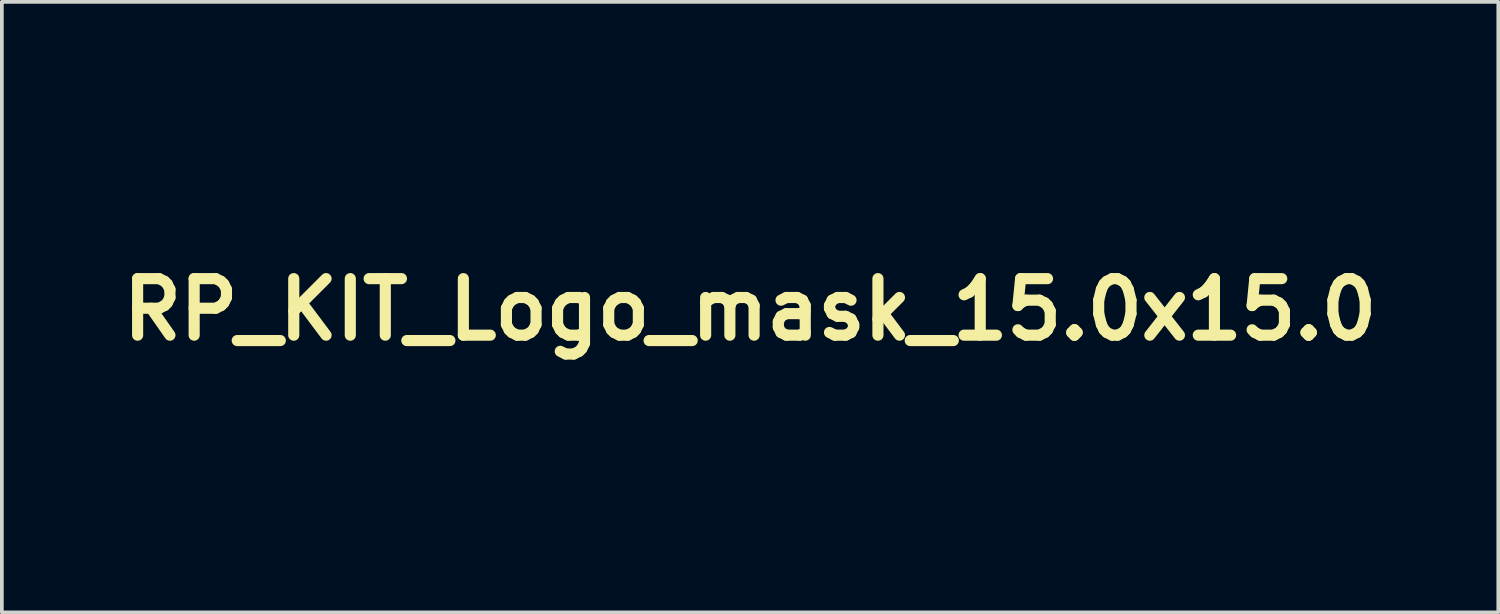
<source format=kicad_pcb>
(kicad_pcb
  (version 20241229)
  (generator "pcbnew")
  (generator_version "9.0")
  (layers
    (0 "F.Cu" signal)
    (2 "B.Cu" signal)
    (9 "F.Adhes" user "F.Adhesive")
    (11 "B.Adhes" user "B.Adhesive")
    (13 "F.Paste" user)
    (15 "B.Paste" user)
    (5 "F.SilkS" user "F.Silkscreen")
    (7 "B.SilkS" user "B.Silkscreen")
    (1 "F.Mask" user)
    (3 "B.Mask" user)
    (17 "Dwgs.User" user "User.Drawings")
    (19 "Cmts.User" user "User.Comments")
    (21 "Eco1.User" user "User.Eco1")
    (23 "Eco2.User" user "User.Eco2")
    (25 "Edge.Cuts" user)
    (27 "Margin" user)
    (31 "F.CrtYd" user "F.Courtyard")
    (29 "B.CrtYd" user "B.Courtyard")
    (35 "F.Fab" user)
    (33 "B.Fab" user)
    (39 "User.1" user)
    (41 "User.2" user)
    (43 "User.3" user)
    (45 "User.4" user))
  (footprint "RP_KIT_Logo_mask_15.0x15.0"
    (layer "F.Cu")
    (at 17.17 5.296)
    (property "Reference" "RP_KIT_Logo_mask_15.0x15.0" (at 0 0 0) (layer "F.SilkS") (effects (font (size 1.524 1.524) (thickness 0.3))))
    (attr through_hole)
    (fp_poly (pts (xy -2.009 5.149) (xy -2.676 5.149) (xy -2.676 4.414) (xy -2.009 4.414) (xy -2.009 5.149)) (stroke (width 0.01) (type solid)) (fill yes) (layer "F.Mask"))
    (fp_poly (pts (xy 1.499 5.149) (xy 0.817 5.149) (xy 0.817 4.422) (xy 1.499 4.422) (xy 1.499 5.149)) (stroke (width 0.01) (type solid)) (fill yes) (layer "F.Mask"))
    (fp_poly (pts (xy 4.979 4.69) (xy 4.978 4.757) (xy 4.977 4.824) (xy 4.976 4.888) (xy 4.975 4.947) (xy 4.974 4.998) (xy 4.973 5.038) (xy 4.972 5.057) (xy 4.968 5.156) (xy 4.325 5.156) (xy 4.325 4.422) (xy 4.981 4.422) (xy 4.979 4.69)) (stroke (width 0.01) (type solid)) (fill yes) (layer "F.Mask"))
    (fp_poly (pts (xy 4.654 2.128) (xy 3.955 2.13) (xy 3.257 2.132) (xy 3.253 3.62) (xy 3.252 3.798) (xy 3.252 3.961) (xy 3.251 4.11) (xy 3.251 4.246) (xy 3.251 4.37) (xy 3.25 4.482) (xy 3.25 4.582) (xy 3.249 4.671) (xy 3.249 4.751) (xy 3.248 4.82) (xy 3.247 4.881) (xy 3.247 4.933) (xy 3.246 4.978) (xy 3.245 5.015) (xy 3.245 5.045) (xy 3.244 5.07) (xy 3.243 5.089) (xy 3.242 5.104) (xy 3.241 5.114) (xy 3.239 5.121) (xy 3.238 5.124) (xy 3.238 5.125) (xy 3.227 5.141) (xy 2.604 5.141) (xy 2.593 5.125) (xy 2.592 5.121) (xy 2.591 5.115) (xy 2.589 5.105) (xy 2.588 5.091) (xy 2.587 5.072) (xy 2.587 5.048) (xy 2.586 5.018) (xy 2.585 4.982) (xy 2.584 4.938) (xy 2.584 4.887) (xy 2.583 4.827) (xy 2.582 4.758) (xy 2.582 4.68) (xy 2.581 4.592) (xy 2.581 4.493) (xy 2.58 4.383) (xy 2.58 4.26) (xy 2.58 4.125) (xy 2.579 3.977) (xy 2.579 3.816) (xy 2.578 3.64) (xy 2.578 3.62) (xy 2.574 2.132) (xy 1.886 2.13) (xy 1.765 2.13) (xy 1.654 2.129) (xy 1.555 2.129) (xy 1.466 2.128) (xy 1.39 2.127) (xy 1.325 2.126) (xy 1.274 2.125) (xy 1.236 2.124) (xy 1.212 2.123) (xy 1.203 2.122) (xy 1.203 2.121) (xy 1.2 2.113) (xy 1.188 2.101) (xy 1.184 2.098) (xy 1.162 2.081) (xy 1.162 1.432) (xy 4.654 1.432) (xy 4.654 2.128)) (stroke (width 0.01) (type solid)) (fill yes) (layer "F.Mask"))
    (fp_poly (pts (xy -1.587 -5.291) (xy -1.404 -5.291) (xy -1.229 -5.291) (xy -1.064 -5.291) (xy -0.908 -5.291) (xy -0.763 -5.29) (xy -0.628 -5.29) (xy -0.504 -5.29) (xy -0.392 -5.289) (xy -0.291 -5.289) (xy -0.203 -5.288) (xy -0.127 -5.288) (xy -0.065 -5.287) (xy -0.015 -5.286) (xy 0.02 -5.286) (xy 0.041 -5.285) (xy 0.047 -5.284) (xy 0.066 -5.281) (xy 0.096 -5.276) (xy 0.134 -5.271) (xy 0.175 -5.266) (xy 0.187 -5.265) (xy 0.253 -5.256) (xy 0.327 -5.243) (xy 0.403 -5.226) (xy 0.477 -5.208) (xy 0.543 -5.189) (xy 0.585 -5.175) (xy 0.605 -5.167) (xy 0.634 -5.155) (xy 0.667 -5.141) (xy 0.701 -5.126) (xy 0.732 -5.112) (xy 0.755 -5.101) (xy 0.764 -5.096) (xy 0.776 -5.09) (xy 0.796 -5.078) (xy 0.823 -5.063) (xy 0.838 -5.055) (xy 0.867 -5.038) (xy 0.892 -5.023) (xy 0.909 -5.012) (xy 0.913 -5.009) (xy 0.925 -4.999) (xy 0.945 -4.983) (xy 0.968 -4.965) (xy 0.971 -4.963) (xy 1.034 -4.909) (xy 1.092 -4.85) (xy 1.12 -4.815) (xy 1.137 -4.795) (xy 1.151 -4.778) (xy 1.158 -4.77) (xy 1.174 -4.75) (xy 1.195 -4.718) (xy 1.217 -4.678) (xy 1.241 -4.631) (xy 1.264 -4.582) (xy 1.285 -4.533) (xy 1.302 -4.486) (xy 1.307 -4.474) (xy 1.341 -4.357) (xy 1.363 -4.253) (xy 1.369 -4.216) (xy 0.739 -4.218) (xy 0.662 -4.218) (xy 0.572 -4.218) (xy 0.47 -4.218) (xy 0.356 -4.218) (xy 0.232 -4.218) (xy 0.099 -4.218) (xy -0.041 -4.218) (xy -0.187 -4.217) (xy -0.338 -4.217) (xy -0.493 -4.217) (xy -0.651 -4.216) (xy -0.81 -4.216) (xy -0.969 -4.215) (xy -1.126 -4.215) (xy -1.281 -4.214) (xy -1.289 -4.214) (xy -2.687 -4.208) (xy -2.704 -4.16) (xy -2.715 -4.128) (xy -2.726 -4.094) (xy -2.733 -4.073) (xy -2.74 -4.049) (xy -2.748 -4.028) (xy -2.751 -4.021) (xy -2.755 -4.01) (xy -2.763 -3.986) (xy -2.775 -3.953) (xy -2.788 -3.914) (xy -2.803 -3.869) (xy -2.806 -3.86) (xy -2.826 -3.802) (xy -2.848 -3.737) (xy -2.871 -3.67) (xy -2.892 -3.607) (xy -2.904 -3.571) (xy -2.921 -3.524) (xy -2.936 -3.478) (xy -2.95 -3.437) (xy -2.961 -3.403) (xy -2.969 -3.38) (xy -2.969 -3.38) (xy -2.978 -3.353) (xy -2.986 -3.33) (xy -2.991 -3.316) (xy -2.996 -3.303) (xy -3.004 -3.279) (xy -3.014 -3.249) (xy -3.02 -3.234) (xy -3.03 -3.202) (xy -3.04 -3.172) (xy -3.048 -3.15) (xy -3.05 -3.144) (xy -3.06 -3.116) (xy -3.073 -3.075) (xy -3.09 -3.025) (xy -3.11 -2.967) (xy -3.131 -2.903) (xy -3.154 -2.836) (xy -3.16 -2.818) (xy -3.175 -2.773) (xy -3.189 -2.732) (xy -3.2 -2.698) (xy -3.209 -2.672) (xy -3.215 -2.658) (xy -3.215 -2.657) (xy -3.222 -2.64) (xy -3.231 -2.614) (xy -3.242 -2.582) (xy -3.253 -2.548) (xy -3.263 -2.515) (xy -3.271 -2.487) (xy -3.276 -2.469) (xy -3.276 -2.466) (xy -3.279 -2.447) (xy 1.122 -2.445) (xy 1.418 -2.445) (xy 1.706 -2.445) (xy 1.986 -2.445) (xy 2.257 -2.445) (xy 2.52 -2.445) (xy 2.773 -2.445) (xy 3.018 -2.445) (xy 3.252 -2.445) (xy 3.477 -2.445) (xy 3.692 -2.445) (xy 3.896 -2.445) (xy 4.09 -2.445) (xy 4.272 -2.446) (xy 4.443 -2.446) (xy 4.603 -2.446) (xy 4.751 -2.446) (xy 4.887 -2.447) (xy 5.011 -2.447) (xy 5.122 -2.447) (xy 5.22 -2.448) (xy 5.305 -2.448) (xy 5.376 -2.448) (xy 5.434 -2.449) (xy 5.478 -2.449) (xy 5.507 -2.449) (xy 5.522 -2.45) (xy 5.524 -2.45) (xy 5.518 -2.46) (xy 5.5 -2.476) (xy 5.471 -2.499) (xy 5.458 -2.509) (xy 5.44 -2.523) (xy 5.428 -2.534) (xy 5.418 -2.543) (xy 5.398 -2.559) (xy 5.372 -2.58) (xy 5.34 -2.605) (xy 5.322 -2.62) (xy 5.289 -2.646) (xy 5.259 -2.67) (xy 5.236 -2.689) (xy 5.22 -2.702) (xy 5.216 -2.706) (xy 5.2 -2.719) (xy 5.185 -2.73) (xy 5.172 -2.741) (xy 5.15 -2.758) (xy 5.124 -2.778) (xy 5.111 -2.789) (xy 5.085 -2.81) (xy 5.061 -2.829) (xy 5.044 -2.843) (xy 5.038 -2.847) (xy 5.02 -2.861) (xy 5.003 -2.874) (xy 4.981 -2.892) (xy 4.958 -2.911) (xy 4.929 -2.933) (xy 4.897 -2.957) (xy 4.866 -2.981) (xy 4.831 -3.007) (xy 4.802 -3.03) (xy 4.776 -3.049) (xy 4.757 -3.065) (xy 4.739 -3.078) (xy 4.72 -3.093) (xy 4.697 -3.11) (xy 4.666 -3.134) (xy 4.654 -3.142) (xy 4.624 -3.165) (xy 4.596 -3.186) (xy 4.573 -3.204) (xy 4.561 -3.213) (xy 4.55 -3.222) (xy 4.54 -3.23) (xy 4.528 -3.238) (xy 4.512 -3.251) (xy 4.488 -3.268) (xy 4.463 -3.286) (xy 4.44 -3.304) (xy 4.42 -3.32) (xy 4.407 -3.33) (xy 4.407 -3.33) (xy 4.392 -3.342) (xy 4.375 -3.351) (xy 4.361 -3.359) (xy 4.354 -3.366) (xy 4.349 -3.373) (xy 4.334 -3.383) (xy 4.332 -3.384) (xy 4.311 -3.396) (xy 4.295 -3.409) (xy 4.28 -3.421) (xy 4.26 -3.436) (xy 4.254 -3.44) (xy 4.225 -3.46) (xy 4.197 -3.481) (xy 4.173 -3.498) (xy 4.16 -3.509) (xy 4.147 -3.52) (xy 4.128 -3.532) (xy 4.125 -3.534) (xy 4.108 -3.545) (xy 4.083 -3.562) (xy 4.053 -3.583) (xy 4.022 -3.605) (xy 3.995 -3.625) (xy 3.976 -3.639) (xy 3.962 -3.648) (xy 3.941 -3.663) (xy 3.915 -3.68) (xy 3.912 -3.682) (xy 3.889 -3.697) (xy 3.871 -3.711) (xy 3.862 -3.719) (xy 3.861 -3.719) (xy 3.853 -3.726) (xy 3.837 -3.737) (xy 3.831 -3.74) (xy 3.811 -3.752) (xy 3.784 -3.769) (xy 3.757 -3.787) (xy 3.755 -3.789) (xy 3.728 -3.807) (xy 3.703 -3.824) (xy 3.685 -3.837) (xy 3.684 -3.838) (xy 3.669 -3.847) (xy 3.645 -3.863) (xy 3.614 -3.883) (xy 3.581 -3.905) (xy 3.575 -3.909) (xy 3.542 -3.93) (xy 3.511 -3.95) (xy 3.487 -3.967) (xy 3.471 -3.978) (xy 3.47 -3.979) (xy 3.449 -3.992) (xy 3.426 -4.006) (xy 3.423 -4.007) (xy 3.405 -4.016) (xy 3.396 -4.024) (xy 3.395 -4.025) (xy 3.389 -4.031) (xy 3.373 -4.042) (xy 3.349 -4.056) (xy 3.339 -4.061) (xy 3.313 -4.076) (xy 3.293 -4.089) (xy 3.28 -4.098) (xy 3.279 -4.1) (xy 3.27 -4.107) (xy 3.252 -4.118) (xy 3.239 -4.125) (xy 3.214 -4.139) (xy 3.184 -4.157) (xy 3.155 -4.176) (xy 3.102 -4.21) (xy 3.044 -4.244) (xy 2.979 -4.28) (xy 2.956 -4.293) (xy 2.939 -4.304) (xy 2.932 -4.311) (xy 2.924 -4.317) (xy 2.906 -4.328) (xy 2.881 -4.341) (xy 2.868 -4.348) (xy 2.838 -4.364) (xy 2.81 -4.379) (xy 2.789 -4.392) (xy 2.784 -4.395) (xy 2.767 -4.406) (xy 2.738 -4.423) (xy 2.699 -4.445) (xy 2.65 -4.472) (xy 2.595 -4.502) (xy 2.534 -4.534) (xy 2.468 -4.568) (xy 2.4 -4.604) (xy 2.331 -4.639) (xy 2.263 -4.674) (xy 2.196 -4.708) (xy 2.133 -4.739) (xy 2.125 -4.743) (xy 2.081 -4.764) (xy 2.028 -4.788) (xy 1.969 -4.815) (xy 1.91 -4.841) (xy 1.853 -4.866) (xy 1.803 -4.888) (xy 1.773 -4.9) (xy 1.749 -4.91) (xy 1.717 -4.923) (xy 1.681 -4.938) (xy 1.664 -4.945) (xy 1.631 -4.958) (xy 1.6 -4.971) (xy 1.576 -4.98) (xy 1.566 -4.984) (xy 1.543 -4.992) (xy 1.515 -5.003) (xy 1.503 -5.008) (xy 1.457 -5.025) (xy 1.42 -5.039) (xy 1.387 -5.05) (xy 1.368 -5.057) (xy 1.31 -5.075) (xy 1.261 -5.091) (xy 1.222 -5.104) (xy 1.194 -5.113) (xy 1.18 -5.119) (xy 1.172 -5.122) (xy 1.158 -5.126) (xy 1.139 -5.132) (xy 1.11 -5.14) (xy 1.071 -5.151) (xy 1.034 -5.161) (xy 1.002 -5.17) (xy 0.969 -5.179) (xy 0.956 -5.183) (xy 0.902 -5.197) (xy 0.837 -5.212) (xy 0.765 -5.228) (xy 0.688 -5.243) (xy 0.611 -5.257) (xy 0.538 -5.27) (xy 0.471 -5.279) (xy 0.468 -5.28) (xy 0.463 -5.281) (xy 0.461 -5.282) (xy 0.464 -5.283) (xy 0.472 -5.283) (xy 0.486 -5.284) (xy 0.506 -5.285) (xy 0.532 -5.286) (xy 0.565 -5.286) (xy 0.606 -5.287) (xy 0.655 -5.287) (xy 0.712 -5.288) (xy 0.778 -5.288) (xy 0.853 -5.288) (xy 0.938 -5.289) (xy 1.034 -5.289) (xy 1.14 -5.289) (xy 1.257 -5.29) (xy 1.386 -5.29) (xy 1.527 -5.29) (xy 1.68 -5.29) (xy 1.846 -5.29) (xy 2.026 -5.29) (xy 2.22 -5.29) (xy 2.428 -5.291) (xy 2.488 -5.291) (xy 2.702 -5.291) (xy 2.902 -5.291) (xy 3.087 -5.291) (xy 3.26 -5.291) (xy 3.419 -5.291) (xy 3.567 -5.291) (xy 3.703 -5.29) (xy 3.828 -5.29) (xy 3.942 -5.29) (xy 4.047 -5.29) (xy 4.142 -5.289) (xy 4.228 -5.289) (xy 4.306 -5.288) (xy 4.377 -5.288) (xy 4.441 -5.287) (xy 4.498 -5.286) (xy 4.549 -5.285) (xy 4.595 -5.284) (xy 4.636 -5.283) (xy 4.673 -5.282) (xy 4.706 -5.28) (xy 4.736 -5.279) (xy 4.764 -5.277) (xy 4.79 -5.275) (xy 4.814 -5.273) (xy 4.838 -5.271) (xy 4.861 -5.269) (xy 4.885 -5.266) (xy 4.894 -5.265) (xy 5.025 -5.248) (xy 5.146 -5.228) (xy 5.262 -5.204) (xy 5.377 -5.174) (xy 5.496 -5.138) (xy 5.604 -5.1) (xy 5.629 -5.09) (xy 5.664 -5.074) (xy 5.705 -5.054) (xy 5.75 -5.032) (xy 5.796 -5.008) (xy 5.838 -4.986) (xy 5.875 -4.965) (xy 5.902 -4.949) (xy 5.908 -4.945) (xy 6.013 -4.868) (xy 6.106 -4.784) (xy 6.189 -4.691) (xy 6.248 -4.613) (xy 6.262 -4.59) (xy 6.279 -4.559) (xy 6.298 -4.523) (xy 6.314 -4.488) (xy 6.327 -4.458) (xy 6.329 -4.452) (xy 6.34 -4.425) (xy 6.351 -4.395) (xy 6.353 -4.39) (xy 6.368 -4.347) (xy 6.384 -4.293) (xy 6.394 -4.257) (xy 6.406 -4.2) (xy 6.417 -4.132) (xy 6.425 -4.055) (xy 6.431 -3.973) (xy 6.435 -3.89) (xy 6.436 -3.809) (xy 6.434 -3.733) (xy 6.431 -3.691) (xy 6.428 -3.65) (xy 6.424 -3.613) (xy 6.419 -3.577) (xy 6.414 -3.538) (xy 6.407 -3.493) (xy 6.398 -3.438) (xy 6.394 -3.416) (xy 6.385 -3.375) (xy 6.373 -3.323) (xy 6.357 -3.265) (xy 6.339 -3.203) (xy 6.32 -3.141) (xy 6.307 -3.099) (xy 6.289 -3.047) (xy 6.275 -3.007) (xy 6.264 -2.976) (xy 6.256 -2.954) (xy 6.249 -2.936) (xy 6.242 -2.922) (xy 6.236 -2.908) (xy 6.236 -2.908) (xy 6.226 -2.887) (xy 6.221 -2.872) (xy 6.221 -2.869) (xy 6.218 -2.859) (xy 6.209 -2.839) (xy 6.195 -2.809) (xy 6.179 -2.774) (xy 6.165 -2.747) (xy 6.147 -2.708) (xy 6.13 -2.673) (xy 6.116 -2.643) (xy 6.107 -2.623) (xy 6.105 -2.616) (xy 6.097 -2.597) (xy 6.084 -2.569) (xy 6.068 -2.536) (xy 6.05 -2.502) (xy 6.033 -2.471) (xy 6.019 -2.446) (xy 6.015 -2.441) (xy 5.999 -2.415) (xy 5.983 -2.387) (xy 5.98 -2.381) (xy 5.961 -2.348) (xy 5.935 -2.306) (xy 5.903 -2.259) (xy 5.897 -2.251) (xy 5.881 -2.228) (xy 5.864 -2.203) (xy 5.861 -2.2) (xy 5.824 -2.15) (xy 5.778 -2.094) (xy 5.727 -2.035) (xy 5.672 -1.977) (xy 5.618 -1.922) (xy 5.567 -1.873) (xy 5.524 -1.836) (xy 5.503 -1.818) (xy 5.483 -1.802) (xy 5.475 -1.795) (xy 5.459 -1.783) (xy 5.434 -1.763) (xy 5.399 -1.738) (xy 5.358 -1.708) (xy 5.314 -1.676) (xy 5.291 -1.661) (xy 5.264 -1.645) (xy 5.25 -1.637) (xy 5.226 -1.624) (xy 5.206 -1.61) (xy 5.198 -1.604) (xy 5.187 -1.598) (xy 5.165 -1.585) (xy 5.134 -1.568) (xy 5.095 -1.548) (xy 5.05 -1.525) (xy 5.002 -1.5) (xy 4.952 -1.475) (xy 4.903 -1.45) (xy 4.855 -1.427) (xy 4.812 -1.406) (xy 4.776 -1.388) (xy 4.747 -1.375) (xy 4.733 -1.369) (xy 4.7 -1.355) (xy 4.663 -1.341) (xy 4.643 -1.334) (xy 4.617 -1.324) (xy 4.595 -1.316) (xy 4.583 -1.311) (xy 4.54 -1.295) (xy 4.484 -1.277) (xy 4.419 -1.259) (xy 4.346 -1.239) (xy 4.269 -1.22) (xy 4.189 -1.202) (xy 4.11 -1.186) (xy 4.033 -1.172) (xy 4.018 -1.169) (xy 3.983 -1.163) (xy 3.953 -1.157) (xy 3.931 -1.153) (xy 3.921 -1.151) (xy 3.908 -1.149) (xy 3.885 -1.145) (xy 3.854 -1.142) (xy 3.834 -1.139) (xy 3.796 -1.135) (xy 3.749 -1.129) (xy 3.7 -1.124) (xy 3.657 -1.119) (xy 3.64 -1.117) (xy 3.62 -1.115) (xy 3.597 -1.114) (xy 3.571 -1.112) (xy 3.539 -1.111) (xy 3.501 -1.11) (xy 3.457 -1.109) (xy 3.406 -1.108) (xy 3.346 -1.107) (xy 3.276 -1.107) (xy 3.197 -1.106) (xy 3.107 -1.106) (xy 3.005 -1.105) (xy 2.89 -1.105) (xy 2.761 -1.104) (xy 2.674 -1.104) (xy 2.541 -1.103) (xy 2.421 -1.103) (xy 2.315 -1.103) (xy 2.221 -1.102) (xy 2.139 -1.102) (xy 2.068 -1.101) (xy 2.008 -1.101) (xy 1.957 -1.1) (xy 1.914 -1.099) (xy 1.879 -1.099) (xy 1.851 -1.098) (xy 1.83 -1.097) (xy 1.814 -1.096) (xy 1.802 -1.094) (xy 1.795 -1.093) (xy 1.79 -1.091) (xy 1.788 -1.089) (xy 1.787 -1.088) (xy 1.783 -1.076) (xy 1.777 -1.052) (xy 1.769 -1.023) (xy 1.765 -1.008) (xy 1.753 -0.958) (xy 1.737 -0.897) (xy 1.719 -0.828) (xy 1.699 -0.752) (xy 1.678 -0.675) (xy 1.658 -0.598) (xy 1.641 -0.536) (xy 1.628 -0.486) (xy 1.615 -0.436) (xy 1.602 -0.39) (xy 1.592 -0.351) (xy 1.586 -0.326) (xy 1.578 -0.297) (xy 1.568 -0.257) (xy 1.555 -0.21) (xy 1.542 -0.16) (xy 1.53 -0.112) (xy 1.515 -0.054) (xy 1.497 0.012) (xy 1.48 0.079) (xy 1.463 0.142) (xy 1.454 0.176) (xy 1.441 0.225) (xy 1.429 0.272) (xy 1.417 0.316) (xy 1.408 0.352) (xy 1.402 0.375) (xy 1.395 0.398) (xy 1.388 0.427) (xy 1.379 0.461) (xy 1.368 0.502) (xy 1.354 0.553) (xy 1.338 0.614) (xy 1.319 0.686) (xy 1.3 0.761) (xy 1.282 0.828) (xy 1.266 0.891) (xy 1.25 0.954) (xy 1.233 1.02) (xy 1.214 1.094) (xy 1.195 1.169) (xy 1.185 1.212) (xy 1.174 1.256) (xy 1.163 1.295) (xy 1.156 1.325) (xy 1.155 1.327) (xy 1.148 1.357) (xy 1.141 1.384) (xy 1.136 1.402) (xy 1.136 1.404) (xy 1.131 1.424) (xy 0.489 1.424) (xy 0.362 1.424) (xy 0.249 1.424) (xy 0.151 1.424) (xy 0.067 1.425) (xy -0.004 1.426) (xy -0.061 1.426) (xy -0.105 1.427) (xy -0.136 1.429) (xy -0.154 1.43) (xy -0.16 1.432) (xy -0.162 1.439) (xy -0.152 1.444) (xy -0.135 1.448) (xy -0.135 5.141) (xy -0.802 5.141) (xy -0.802 5.102) (xy -0.802 5.091) (xy -0.802 5.066) (xy -0.802 5.027) (xy -0.802 4.975) (xy -0.802 4.911) (xy -0.803 4.835) (xy -0.803 4.748) (xy -0.803 4.65) (xy -0.803 4.544) (xy -0.803 4.428) (xy -0.803 4.304) (xy -0.803 4.172) (xy -0.803 4.033) (xy -0.803 3.888) (xy -0.803 3.737) (xy -0.803 3.582) (xy -0.803 3.422) (xy -0.803 3.273) (xy -0.803 3.078) (xy -0.803 2.898) (xy -0.803 2.732) (xy -0.803 2.579) (xy -0.803 2.439) (xy -0.803 2.311) (xy -0.803 2.194) (xy -0.803 2.089) (xy -0.802 1.994) (xy -0.802 1.91) (xy -0.802 1.835) (xy -0.801 1.769) (xy -0.801 1.711) (xy -0.801 1.661) (xy -0.8 1.618) (xy -0.799 1.582) (xy -0.799 1.552) (xy -0.798 1.528) (xy -0.797 1.509) (xy -0.796 1.494) (xy -0.795 1.484) (xy -0.794 1.477) (xy -0.793 1.472) (xy -0.792 1.47) (xy -0.783 1.454) (xy -0.782 1.443) (xy -0.783 1.439) (xy -0.786 1.436) (xy -0.792 1.434) (xy -0.801 1.432) (xy -0.817 1.43) (xy -0.84 1.429) (xy -0.87 1.428) (xy -0.911 1.427) (xy -0.963 1.427) (xy -1.027 1.426) (xy -1.096 1.426) (xy -1.407 1.424) (xy -1.412 1.216) (xy -1.413 1.177) (xy -1.414 1.125) (xy -1.415 1.061) (xy -1.416 0.986) (xy -1.418 0.902) (xy -1.419 0.811) (xy -1.421 0.713) (xy -1.423 0.611) (xy -1.424 0.506) (xy -1.426 0.399) (xy -1.428 0.3) (xy -1.429 0.196) (xy -1.431 0.096) (xy -1.433 -0.001) (xy -1.434 -0.092) (xy -1.436 -0.176) (xy -1.437 -0.253) (xy -1.438 -0.321) (xy -1.44 -0.378) (xy -1.441 -0.425) (xy -1.441 -0.459) (xy -1.442 -0.479) (xy -1.442 -0.481) (xy -1.454 -0.595) (xy -1.478 -0.701) (xy -1.515 -0.803) (xy -1.541 -0.858) (xy -1.568 -0.907) (xy -1.592 -0.947) (xy -1.617 -0.982) (xy -1.646 -1.016) (xy -1.683 -1.053) (xy -1.696 -1.065) (xy -1.727 -1.094) (xy -1.758 -1.118) (xy -1.793 -1.14) (xy -1.836 -1.165) (xy -1.846 -1.17) (xy -1.902 -1.198) (xy -1.951 -1.22) (xy -1.997 -1.238) (xy -2.046 -1.252) (xy -2.101 -1.265) (xy -2.127 -1.27) (xy -2.22 -1.289) (xy -2.949 -1.289) (xy -3.075 -1.289) (xy -3.187 -1.289) (xy -3.285 -1.289) (xy -3.37 -1.288) (xy -3.443 -1.288) (xy -3.505 -1.288) (xy -3.557 -1.287) (xy -3.598 -1.286) (xy -3.631 -1.285) (xy -3.655 -1.284) (xy -3.672 -1.283) (xy -3.681 -1.281) (xy -3.685 -1.28) (xy -3.691 -1.268) (xy -3.699 -1.246) (xy -3.71 -1.218) (xy -3.72 -1.189) (xy -3.729 -1.162) (xy -3.732 -1.15) (xy -3.739 -1.131) (xy -3.748 -1.104) (xy -3.755 -1.087) (xy -3.765 -1.06) (xy -3.774 -1.035) (xy -3.777 -1.023) (xy -3.784 -1.002) (xy -3.792 -0.976) (xy -3.796 -0.967) (xy -3.805 -0.941) (xy -3.813 -0.917) (xy -3.815 -0.911) (xy -3.82 -0.895) (xy -3.829 -0.869) (xy -3.84 -0.836) (xy -3.853 -0.799) (xy -3.856 -0.791) (xy -3.87 -0.75) (xy -3.884 -0.71) (xy -3.896 -0.676) (xy -3.904 -0.65) (xy -3.905 -0.648) (xy -3.914 -0.621) (xy -3.926 -0.586) (xy -3.939 -0.548) (xy -3.946 -0.528) (xy -3.962 -0.485) (xy -3.973 -0.452) (xy -3.982 -0.428) (xy -3.988 -0.409) (xy -3.993 -0.394) (xy -3.995 -0.386) (xy -4.001 -0.366) (xy -4.01 -0.34) (xy -4.017 -0.322) (xy -4.027 -0.295) (xy -4.036 -0.27) (xy -4.04 -0.259) (xy -4.045 -0.243) (xy -4.053 -0.217) (xy -4.065 -0.184) (xy -4.078 -0.147) (xy -4.081 -0.139) (xy -4.095 -0.098) (xy -4.109 -0.058) (xy -4.121 -0.023) (xy -4.129 0.002) (xy -4.13 0.004) (xy -4.139 0.031) (xy -4.151 0.066) (xy -4.164 0.104) (xy -4.171 0.124) (xy -4.184 0.16) (xy -4.196 0.195) (xy -4.206 0.224) (xy -4.209 0.236) (xy -4.216 0.257) (xy -4.223 0.276) (xy -4.23 0.299) (xy -4.241 0.328) (xy -4.252 0.356) (xy -4.262 0.385) (xy -4.274 0.421) (xy -4.286 0.457) (xy -4.297 0.488) (xy -4.302 0.506) (xy -4.306 0.519) (xy -4.314 0.543) (xy -4.326 0.578) (xy -4.341 0.622) (xy -4.358 0.671) (xy -4.376 0.725) (xy -4.381 0.738) (xy -4.4 0.794) (xy -4.418 0.847) (xy -4.434 0.896) (xy -4.448 0.937) (xy -4.459 0.97) (xy -4.466 0.991) (xy -4.467 0.993) (xy -4.477 1.024) (xy -4.488 1.055) (xy -4.494 1.072) (xy -4.503 1.098) (xy -4.51 1.122) (xy -4.512 1.128) (xy -4.518 1.147) (xy -4.527 1.174) (xy -4.534 1.195) (xy -4.547 1.233) (xy -4.556 1.259) (xy -4.563 1.279) (xy -4.568 1.295) (xy -4.573 1.312) (xy -4.577 1.323) (xy -4.587 1.352) (xy -4.597 1.383) (xy -4.601 1.392) (xy -4.613 1.424) (xy -4.903 1.424) (xy -4.988 1.424) (xy -5.058 1.425) (xy -5.114 1.426) (xy -5.155 1.427) (xy -5.183 1.429) (xy -5.196 1.431) (xy -5.198 1.432) (xy -5.197 1.443) (xy -5.191 1.453) (xy -5.189 1.456) (xy -5.187 1.462) (xy -5.186 1.471) (xy -5.184 1.484) (xy -5.183 1.502) (xy -5.182 1.525) (xy -5.181 1.556) (xy -5.181 1.594) (xy -5.18 1.64) (xy -5.18 1.695) (xy -5.18 1.76) (xy -5.179 1.837) (xy -5.179 1.925) (xy -5.179 2.025) (xy -5.179 2.139) (xy -5.179 2.247) (xy -5.179 2.388) (xy -5.179 2.514) (xy -5.178 2.625) (xy -5.178 2.723) (xy -5.177 2.806) (xy -5.177 2.876) (xy -5.176 2.932) (xy -5.175 2.975) (xy -5.174 3.005) (xy -5.172 3.023) (xy -5.171 3.028) (xy -5.168 3.027) (xy -5.164 3.025) (xy -5.158 3.02) (xy -5.149 3.012) (xy -5.135 2.998) (xy -5.116 2.98) (xy -5.091 2.954) (xy -5.059 2.921) (xy -5.019 2.879) (xy -4.969 2.828) (xy -4.958 2.816) (xy -4.919 2.775) (xy -4.881 2.736) (xy -4.844 2.698) (xy -4.807 2.659) (xy -4.769 2.62) (xy -4.729 2.578) (xy -4.686 2.534) (xy -4.64 2.486) (xy -4.588 2.434) (xy -4.532 2.375) (xy -4.469 2.311) (xy -4.399 2.239) (xy -4.32 2.159) (xy -4.233 2.07) (xy -4.16 1.994) (xy -4.074 1.907) (xy -3.999 1.83) (xy -3.933 1.762) (xy -3.875 1.703) (xy -3.825 1.652) (xy -3.783 1.609) (xy -3.748 1.574) (xy -3.718 1.544) (xy -3.695 1.521) (xy -3.676 1.502) (xy -3.661 1.489) (xy -3.651 1.479) (xy -3.643 1.473) (xy -3.637 1.469) (xy -3.634 1.468) (xy -3.632 1.468) (xy -3.63 1.469) (xy -3.629 1.47) (xy -3.621 1.473) (xy -3.609 1.466) (xy -3.599 1.455) (xy -3.577 1.432) (xy -3.157 1.432) (xy -3.067 1.432) (xy -2.991 1.432) (xy -2.927 1.432) (xy -2.875 1.432) (xy -2.833 1.433) (xy -2.801 1.433) (xy -2.776 1.434) (xy -2.759 1.435) (xy -2.747 1.437) (xy -2.739 1.439) (xy -2.735 1.441) (xy -2.733 1.444) (xy -2.732 1.446) (xy -2.733 1.454) (xy -2.739 1.465) (xy -2.753 1.482) (xy -2.775 1.506) (xy -2.807 1.537) (xy -2.823 1.553) (xy -2.895 1.623) (xy -2.974 1.701) (xy -3.062 1.786) (xy -3.157 1.88) (xy -3.261 1.983) (xy -3.373 2.094) (xy -3.495 2.214) (xy -3.626 2.343) (xy -3.766 2.482) (xy -3.916 2.631) (xy -4.076 2.789) (xy -4.244 2.956) (xy -4.27 2.983) (xy -4.287 3.002) (xy -4.295 3.014) (xy -4.296 3.022) (xy -4.294 3.024) (xy -4.282 3.031) (xy -4.275 3.03) (xy -4.264 3.034) (xy -4.251 3.05) (xy -4.249 3.053) (xy -4.238 3.07) (xy -4.229 3.08) (xy -4.227 3.08) (xy -4.22 3.087) (xy -4.216 3.096) (xy -4.207 3.112) (xy -4.195 3.129) (xy -4.179 3.148) (xy -4.162 3.17) (xy -4.161 3.172) (xy -4.133 3.211) (xy -4.105 3.25) (xy -4.079 3.285) (xy -4.057 3.315) (xy -4.04 3.338) (xy -4.03 3.35) (xy -4.029 3.351) (xy -4.017 3.368) (xy -4.009 3.381) (xy -3.997 3.4) (xy -3.988 3.411) (xy -3.976 3.426) (xy -3.961 3.445) (xy -3.957 3.451) (xy -3.943 3.472) (xy -3.923 3.498) (xy -3.909 3.519) (xy -3.89 3.545) (xy -3.871 3.57) (xy -3.86 3.586) (xy -3.845 3.608) (xy -3.831 3.626) (xy -3.828 3.63) (xy -3.816 3.645) (xy -3.802 3.664) (xy -3.783 3.69) (xy -3.758 3.723) (xy -3.726 3.766) (xy -3.71 3.789) (xy -3.685 3.822) (xy -3.662 3.854) (xy -3.643 3.88) (xy -3.63 3.898) (xy -3.628 3.901) (xy -3.61 3.925) (xy -3.593 3.949) (xy -3.591 3.951) (xy -3.581 3.966) (xy -3.563 3.99) (xy -3.541 4.02) (xy -3.516 4.054) (xy -3.508 4.066) (xy -3.483 4.1) (xy -3.459 4.132) (xy -3.44 4.158) (xy -3.427 4.177) (xy -3.424 4.181) (xy -3.409 4.201) (xy -3.396 4.218) (xy -3.394 4.22) (xy -3.381 4.237) (xy -3.369 4.257) (xy -3.359 4.272) (xy -3.351 4.279) (xy -3.351 4.28) (xy -3.343 4.286) (xy -3.339 4.295) (xy -3.33 4.311) (xy -3.318 4.329) (xy -3.305 4.344) (xy -3.287 4.367) (xy -3.271 4.389) (xy -3.253 4.415) (xy -3.234 4.44) (xy -3.223 4.456) (xy -3.205 4.48) (xy -3.188 4.505) (xy -3.185 4.508) (xy -3.171 4.529) (xy -3.152 4.555) (xy -3.137 4.576) (xy -3.118 4.602) (xy -3.099 4.628) (xy -3.088 4.644) (xy -3.073 4.664) (xy -3.059 4.681) (xy -3.057 4.684) (xy -3.043 4.702) (xy -3.035 4.716) (xy -3.024 4.734) (xy -3.016 4.744) (xy -3.005 4.757) (xy -2.989 4.778) (xy -2.969 4.805) (xy -2.948 4.834) (xy -2.928 4.861) (xy -2.923 4.868) (xy -2.908 4.889) (xy -2.894 4.908) (xy -2.891 4.911) (xy -2.882 4.924) (xy -2.866 4.946) (xy -2.846 4.973) (xy -2.826 4.999) (xy -2.804 5.029) (xy -2.784 5.057) (xy -2.767 5.079) (xy -2.758 5.091) (xy -2.747 5.112) (xy -2.747 5.126) (xy -2.748 5.13) (xy -2.751 5.133) (xy -2.756 5.135) (xy -2.765 5.137) (xy -2.779 5.138) (xy -2.799 5.139) (xy -2.826 5.14) (xy -2.862 5.141) (xy -2.908 5.141) (xy -2.964 5.141) (xy -3.033 5.141) (xy -3.116 5.141) (xy -3.139 5.141) (xy -3.225 5.141) (xy -3.297 5.141) (xy -3.357 5.141) (xy -3.406 5.141) (xy -3.444 5.14) (xy -3.474 5.14) (xy -3.496 5.138) (xy -3.512 5.137) (xy -3.522 5.135) (xy -3.529 5.133) (xy -3.533 5.13) (xy -3.535 5.127) (xy -3.536 5.127) (xy -3.547 5.117) (xy -3.555 5.116) (xy -3.566 5.113) (xy -3.579 5.098) (xy -3.581 5.095) (xy -3.597 5.072) (xy -3.614 5.047) (xy -3.616 5.044) (xy -3.633 5.02) (xy -3.649 4.997) (xy -3.651 4.993) (xy -3.662 4.978) (xy -3.671 4.969) (xy -3.673 4.969) (xy -3.68 4.963) (xy -3.684 4.954) (xy -3.692 4.937) (xy -3.705 4.92) (xy -3.72 4.902) (xy -3.737 4.88) (xy -3.74 4.875) (xy -3.757 4.851) (xy -3.775 4.826) (xy -3.777 4.823) (xy -3.791 4.804) (xy -3.81 4.778) (xy -3.829 4.751) (xy -3.83 4.751) (xy -3.863 4.704) (xy -3.892 4.665) (xy -3.914 4.635) (xy -3.929 4.615) (xy -3.931 4.613) (xy -3.944 4.595) (xy -3.956 4.578) (xy -3.966 4.564) (xy -3.982 4.541) (xy -4.002 4.513) (xy -4.013 4.497) (xy -4.042 4.458) (xy -4.063 4.429) (xy -4.078 4.408) (xy -4.089 4.392) (xy -4.098 4.379) (xy -4.106 4.368) (xy -4.108 4.364) (xy -4.12 4.348) (xy -4.129 4.34) (xy -4.13 4.34) (xy -4.137 4.333) (xy -4.141 4.324) (xy -4.149 4.308) (xy -4.162 4.291) (xy -4.177 4.272) (xy -4.194 4.25) (xy -4.197 4.245) (xy -4.213 4.223) (xy -4.229 4.202) (xy -4.232 4.198) (xy -4.243 4.183) (xy -4.26 4.159) (xy -4.279 4.132) (xy -4.282 4.128) (xy -4.299 4.103) (xy -4.313 4.082) (xy -4.323 4.069) (xy -4.324 4.068) (xy -4.351 4.034) (xy -4.378 3.998) (xy -4.402 3.963) (xy -4.419 3.938) (xy -4.433 3.917) (xy -4.443 3.905) (xy -4.444 3.903) (xy -4.455 3.889) (xy -4.474 3.864) (xy -4.498 3.832) (xy -4.516 3.806) (xy -4.533 3.783) (xy -4.554 3.754) (xy -4.574 3.728) (xy -4.592 3.703) (xy -4.607 3.68) (xy -4.617 3.665) (xy -4.617 3.664) (xy -4.628 3.646) (xy -4.637 3.635) (xy -4.647 3.623) (xy -4.662 3.604) (xy -4.677 3.583) (xy -4.694 3.559) (xy -4.708 3.54) (xy -4.717 3.529) (xy -4.729 3.513) (xy -4.74 3.494) (xy -4.745 3.483) (xy -4.75 3.474) (xy -4.756 3.469) (xy -4.764 3.469) (xy -4.774 3.473) (xy -4.789 3.482) (xy -4.809 3.499) (xy -4.835 3.522) (xy -4.869 3.554) (xy -4.911 3.594) (xy -4.958 3.638) (xy -4.996 3.674) (xy -5.035 3.712) (xy -5.074 3.749) (xy -5.107 3.781) (xy -5.121 3.794) (xy -5.186 3.858) (xy -5.186 5.134) (xy -5.507 5.135) (xy -5.575 5.135) (xy -5.639 5.135) (xy -5.697 5.135) (xy -5.747 5.136) (xy -5.788 5.136) (xy -5.819 5.137) (xy -5.836 5.137) (xy -5.84 5.138) (xy -5.842 5.137) (xy -5.843 5.136) (xy -5.844 5.132) (xy -5.845 5.126) (xy -5.846 5.117) (xy -5.847 5.105) (xy -5.848 5.088) (xy -5.849 5.067) (xy -5.85 5.04) (xy -5.85 5.008) (xy -5.851 4.969) (xy -5.851 4.924) (xy -5.852 4.871) (xy -5.852 4.81) (xy -5.852 4.741) (xy -5.853 4.662) (xy -5.853 4.574) (xy -5.853 4.476) (xy -5.853 4.367) (xy -5.853 4.248) (xy -5.853 4.116) (xy -5.853 3.972) (xy -5.853 3.815) (xy -5.853 3.645) (xy -5.853 3.46) (xy -5.853 3.284) (xy -5.853 3.086) (xy -5.853 2.902) (xy -5.853 2.732) (xy -5.853 2.576) (xy -5.853 2.432) (xy -5.853 2.3) (xy -5.853 2.18) (xy -5.853 2.072) (xy -5.852 1.974) (xy -5.852 1.886) (xy -5.852 1.807) (xy -5.851 1.737) (xy -5.851 1.676) (xy -5.851 1.622) (xy -5.85 1.576) (xy -5.849 1.537) (xy -5.849 1.503) (xy -5.848 1.476) (xy -5.847 1.453) (xy -5.846 1.435) (xy -5.845 1.421) (xy -5.844 1.41) (xy -5.843 1.402) (xy -5.842 1.396) (xy -5.841 1.394) (xy -5.831 1.364) (xy -5.821 1.333) (xy -5.82 1.327) (xy -5.811 1.298) (xy -5.797 1.256) (xy -5.778 1.2) (xy -5.755 1.135) (xy -5.749 1.118) (xy -5.741 1.091) (xy -5.731 1.06) (xy -5.729 1.053) (xy -5.719 1.023) (xy -5.711 0.997) (xy -5.704 0.979) (xy -5.703 0.976) (xy -5.7 0.966) (xy -5.692 0.943) (xy -5.68 0.908) (xy -5.665 0.864) (xy -5.647 0.812) (xy -5.627 0.752) (xy -5.605 0.688) (xy -5.584 0.624) (xy -5.561 0.555) (xy -5.539 0.489) (xy -5.518 0.429) (xy -5.5 0.374) (xy -5.484 0.328) (xy -5.472 0.292) (xy -5.463 0.267) (xy -5.459 0.255) (xy -5.45 0.229) (xy -5.443 0.205) (xy -5.441 0.199) (xy -5.434 0.177) (xy -5.425 0.151) (xy -5.422 0.142) (xy -5.413 0.117) (xy -5.405 0.093) (xy -5.403 0.086) (xy -5.397 0.065) (xy -5.388 0.039) (xy -5.385 0.03) (xy -5.375 0.004) (xy -5.368 -0.02) (xy -5.366 -0.026) (xy -5.36 -0.046) (xy -5.352 -0.072) (xy -5.344 -0.094) (xy -5.339 -0.108) (xy -5.335 -0.121) (xy -5.33 -0.133) (xy -5.326 -0.148) (xy -5.32 -0.165) (xy -5.312 -0.188) (xy -5.302 -0.217) (xy -5.289 -0.255) (xy -5.273 -0.304) (xy -5.252 -0.364) (xy -5.249 -0.375) (xy -5.231 -0.428) (xy -5.213 -0.479) (xy -5.198 -0.526) (xy -5.185 -0.565) (xy -5.175 -0.595) (xy -5.17 -0.611) (xy -5.16 -0.64) (xy -5.151 -0.667) (xy -5.145 -0.682) (xy -5.137 -0.704) (xy -5.127 -0.733) (xy -5.121 -0.753) (xy -5.112 -0.78) (xy -5.099 -0.817) (xy -5.085 -0.86) (xy -5.069 -0.906) (xy -5.054 -0.952) (xy -5.039 -0.994) (xy -5.027 -1.029) (xy -5.018 -1.054) (xy -5.017 -1.057) (xy -5.008 -1.083) (xy -5 -1.107) (xy -4.999 -1.113) (xy -4.993 -1.129) (xy -4.985 -1.156) (xy -4.973 -1.188) (xy -4.965 -1.21) (xy -4.952 -1.248) (xy -4.939 -1.285) (xy -4.928 -1.317) (xy -4.924 -1.33) (xy -4.914 -1.361) (xy -4.903 -1.393) (xy -4.897 -1.409) (xy -4.888 -1.435) (xy -4.88 -1.459) (xy -4.879 -1.465) (xy -4.874 -1.481) (xy -4.865 -1.507) (xy -4.854 -1.54) (xy -4.841 -1.577) (xy -4.838 -1.585) (xy -4.831 -1.606) (xy -0.457 -1.606) (xy -0.453 -1.598) (xy -0.442 -1.584) (xy -0.437 -1.577) (xy -0.377 -1.5) (xy -0.325 -1.422) (xy -0.28 -1.342) (xy -0.24 -1.254) (xy -0.203 -1.156) (xy -0.19 -1.119) (xy -0.177 -1.078) (xy -0.166 -1.037) (xy -0.156 -1.001) (xy -0.15 -0.975) (xy -0.15 -0.973) (xy -0.143 -0.932) (xy -0.137 -0.896) (xy -0.132 -0.863) (xy -0.127 -0.833) (xy -0.124 -0.803) (xy -0.121 -0.772) (xy -0.118 -0.738) (xy -0.116 -0.701) (xy -0.115 -0.658) (xy -0.113 -0.609) (xy -0.112 -0.551) (xy -0.111 -0.483) (xy -0.11 -0.404) (xy -0.109 -0.312) (xy -0.109 -0.262) (xy -0.108 -0.165) (xy -0.107 -0.057) (xy -0.106 0.061) (xy -0.105 0.185) (xy -0.105 0.312) (xy -0.105 0.438) (xy -0.104 0.562) (xy -0.104 0.679) (xy -0.105 0.787) (xy -0.105 0.789) (xy -0.105 0.879) (xy -0.105 0.965) (xy -0.105 1.046) (xy -0.104 1.12) (xy -0.104 1.186) (xy -0.104 1.243) (xy -0.103 1.29) (xy -0.102 1.325) (xy -0.102 1.348) (xy -0.101 1.357) (xy -0.101 1.357) (xy -0.097 1.362) (xy -0.092 1.36) (xy -0.088 1.349) (xy -0.081 1.328) (xy -0.073 1.295) (xy -0.07 1.284) (xy -0.059 1.241) (xy -0.047 1.193) (xy -0.036 1.149) (xy -0.033 1.139) (xy -0.022 1.097) (xy -0.01 1.049) (xy 0.002 1.005) (xy 0.004 0.997) (xy 0.014 0.957) (xy 0.025 0.916) (xy 0.034 0.879) (xy 0.037 0.869) (xy 0.043 0.845) (xy 0.052 0.81) (xy 0.064 0.766) (xy 0.076 0.716) (xy 0.09 0.665) (xy 0.094 0.648) (xy 0.107 0.597) (xy 0.12 0.546) (xy 0.132 0.5) (xy 0.142 0.462) (xy 0.15 0.434) (xy 0.151 0.427) (xy 0.161 0.39) (xy 0.172 0.35) (xy 0.18 0.319) (xy 0.195 0.261) (xy 0.212 0.195) (xy 0.23 0.127) (xy 0.247 0.061) (xy 0.251 0.045) (xy 0.261 0.006) (xy 0.272 -0.036) (xy 0.282 -0.073) (xy 0.284 -0.082) (xy 0.294 -0.119) (xy 0.305 -0.161) (xy 0.315 -0.199) (xy 0.325 -0.237) (xy 0.337 -0.279) (xy 0.346 -0.315) (xy 0.355 -0.349) (xy 0.366 -0.39) (xy 0.377 -0.431) (xy 0.38 -0.442) (xy 0.39 -0.481) (xy 0.4 -0.521) (xy 0.41 -0.557) (xy 0.412 -0.566) (xy 0.422 -0.602) (xy 0.433 -0.642) (xy 0.441 -0.675) (xy 0.459 -0.741) (xy 0.479 -0.815) (xy 0.499 -0.891) (xy 0.503 -0.903) (xy 0.512 -0.938) (xy 0.523 -0.979) (xy 0.532 -1.014) (xy 0.542 -1.052) (xy 0.554 -1.094) (xy 0.563 -1.128) (xy 0.573 -1.166) (xy 0.584 -1.208) (xy 0.593 -1.24) (xy 0.603 -1.278) (xy 0.614 -1.321) (xy 0.623 -1.353) (xy 0.638 -1.412) (xy 0.651 -1.46) (xy 0.662 -1.5) (xy 0.671 -1.534) (xy 0.679 -1.566) (xy 0.687 -1.596) (xy 0.696 -1.631) (xy 0.705 -1.665) (xy 0.715 -1.702) (xy 0.726 -1.744) (xy 0.739 -1.795) (xy 0.75 -1.836) (xy 0.76 -1.874) (xy 0.772 -1.917) (xy 0.78 -1.949) (xy 0.79 -1.986) (xy 0.801 -2.028) (xy 0.81 -2.059) (xy 0.826 -2.121) (xy 0.84 -2.171) (xy 0.85 -2.212) (xy 0.859 -2.244) (xy 0.866 -2.272) (xy 0.867 -2.275) (xy 0.875 -2.306) (xy 0.884 -2.336) (xy 0.889 -2.352) (xy 0.897 -2.381) (xy 0.898 -2.396) (xy 0.892 -2.399) (xy 0.879 -2.388) (xy 0.863 -2.366) (xy 0.778 -2.256) (xy 0.688 -2.151) (xy 0.596 -2.056) (xy 0.504 -1.972) (xy 0.486 -1.956) (xy 0.367 -1.868) (xy 0.241 -1.792) (xy 0.107 -1.729) (xy -0.033 -1.679) (xy -0.178 -1.642) (xy -0.326 -1.619) (xy -0.384 -1.614) (xy -0.415 -1.612) (xy -0.44 -1.609) (xy -0.454 -1.607) (xy -0.457 -1.606) (xy -4.831 -1.606) (xy -4.825 -1.623) (xy -4.813 -1.657) (xy -4.803 -1.685) (xy -4.797 -1.703) (xy -4.797 -1.705) (xy -4.79 -1.728) (xy -4.779 -1.759) (xy -4.767 -1.795) (xy -4.756 -1.829) (xy -4.747 -1.853) (xy -4.737 -1.88) (xy -4.727 -1.908) (xy -4.726 -1.909) (xy -4.716 -1.939) (xy -4.704 -1.973) (xy -4.692 -2.009) (xy -4.682 -2.039) (xy -4.677 -2.057) (xy -4.669 -2.081) (xy -4.659 -2.114) (xy -4.646 -2.15) (xy -4.634 -2.185) (xy -4.626 -2.207) (xy -4.608 -2.256) (xy -4.591 -2.305) (xy -4.576 -2.351) (xy -4.563 -2.388) (xy -4.557 -2.41) (xy -4.551 -2.429) (xy -4.541 -2.456) (xy -4.534 -2.473) (xy -4.524 -2.5) (xy -4.516 -2.525) (xy -4.512 -2.537) (xy -4.506 -2.558) (xy -4.497 -2.584) (xy -4.494 -2.593) (xy -4.484 -2.619) (xy -4.476 -2.643) (xy -4.474 -2.649) (xy -4.467 -2.672) (xy -4.457 -2.703) (xy -4.445 -2.739) (xy -4.433 -2.773) (xy -4.425 -2.797) (xy -4.415 -2.825) (xy -4.405 -2.853) (xy -4.404 -2.854) (xy -4.393 -2.884) (xy -4.381 -2.919) (xy -4.37 -2.954) (xy -4.36 -2.984) (xy -4.355 -3.002) (xy -4.348 -3.021) (xy -4.339 -3.048) (xy -4.332 -3.065) (xy -4.322 -3.092) (xy -4.313 -3.117) (xy -4.31 -3.129) (xy -4.303 -3.15) (xy -4.294 -3.176) (xy -4.291 -3.185) (xy -4.282 -3.211) (xy -4.274 -3.235) (xy -4.272 -3.242) (xy -4.266 -3.261) (xy -4.256 -3.288) (xy -4.25 -3.305) (xy -4.239 -3.332) (xy -4.231 -3.357) (xy -4.227 -3.369) (xy -4.221 -3.39) (xy -4.212 -3.416) (xy -4.209 -3.425) (xy -4.2 -3.451) (xy -4.192 -3.475) (xy -4.19 -3.481) (xy -4.182 -3.505) (xy -4.172 -3.538) (xy -4.159 -3.574) (xy -4.147 -3.609) (xy -4.139 -3.631) (xy -4.121 -3.68) (xy -4.104 -3.73) (xy -4.088 -3.776) (xy -4.076 -3.814) (xy -4.07 -3.834) (xy -4.06 -3.865) (xy -4.046 -3.906) (xy -4.03 -3.954) (xy -4.012 -4.004) (xy -4 -4.036) (xy -3.99 -4.065) (xy -3.977 -4.101) (xy -3.965 -4.137) (xy -3.955 -4.168) (xy -3.95 -4.186) (xy -3.942 -4.21) (xy -3.932 -4.242) (xy -3.919 -4.279) (xy -3.907 -4.313) (xy -3.899 -4.336) (xy -3.881 -4.385) (xy -3.864 -4.434) (xy -3.848 -4.48) (xy -3.836 -4.519) (xy -3.83 -4.538) (xy -3.825 -4.553) (xy -3.816 -4.579) (xy -3.805 -4.613) (xy -3.791 -4.65) (xy -3.789 -4.658) (xy -3.775 -4.696) (xy -3.764 -4.73) (xy -3.754 -4.758) (xy -3.749 -4.776) (xy -3.748 -4.778) (xy -3.741 -4.799) (xy -3.732 -4.825) (xy -3.729 -4.834) (xy -3.72 -4.86) (xy -3.712 -4.884) (xy -3.71 -4.89) (xy -3.704 -4.912) (xy -3.695 -4.938) (xy -3.692 -4.947) (xy -3.685 -4.967) (xy -3.673 -5) (xy -3.658 -5.043) (xy -3.641 -5.095) (xy -3.621 -5.153) (xy -3.599 -5.217) (xy -3.588 -5.248) (xy -3.574 -5.291) (xy -1.779 -5.291) (xy -1.587 -5.291)) (stroke (width 0.01) (type solid)) (fill yes) (layer "F.Mask")))
  (gr_rect
    (start -3 -3)
    (end 37.341 13.458)
    (stroke (width 0.1) (type default))
    (fill no)
    (layer "Edge.Cuts")))
</source>
